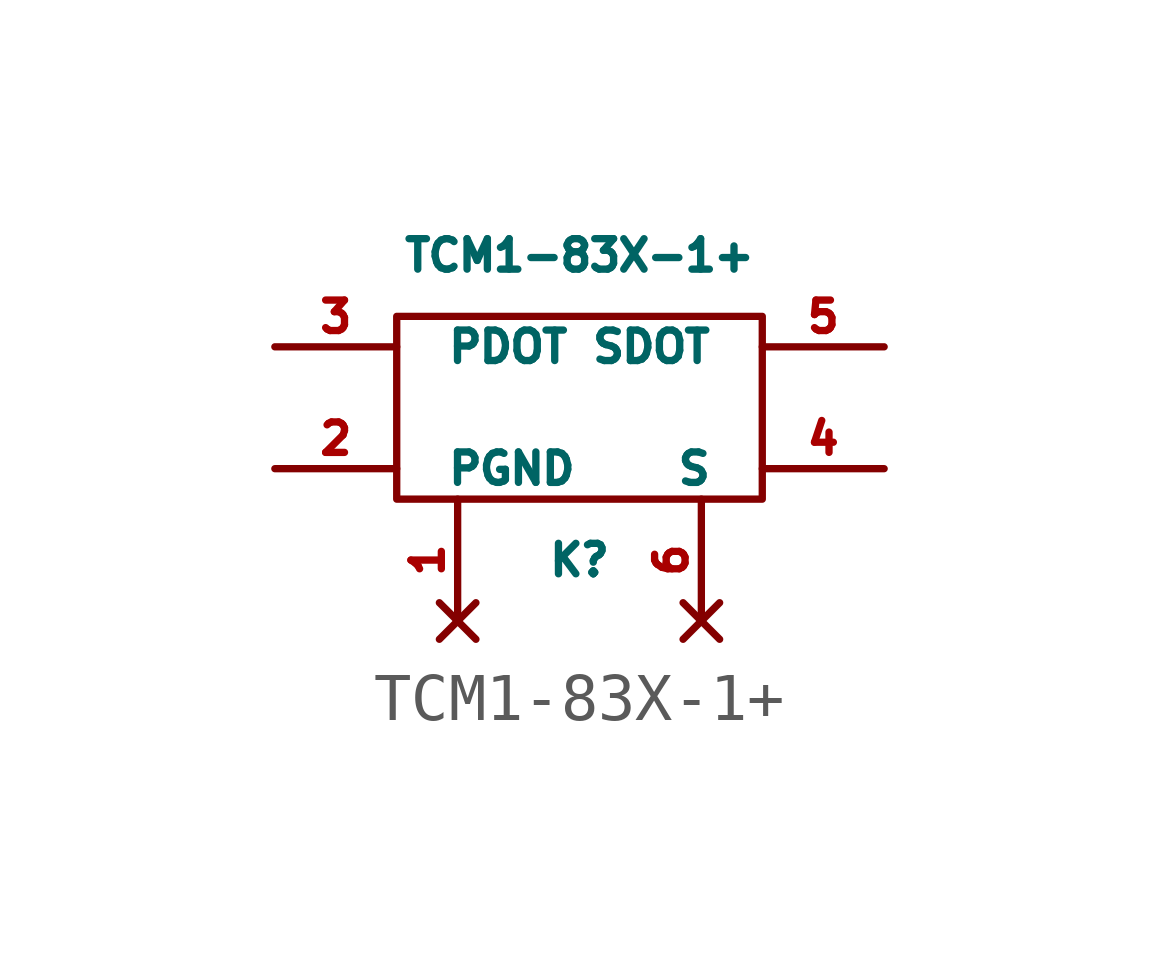
<source format=kicad_sym>
(kicad_symbol_lib
  (version 20231120)
  (generator "kicad_symbol_editor")
  (generator_version "8.0")
  (symbol "TCM1-83X-1+"
    (pin_names
      (offset 1.016))
    (property "Reference" "K"
      (at 0 -3.175 0)
      (effects (font (size 0.635 0.635))))
    (property "Value" "TCM1-83X-1+"
      (at 0 3.175 0)
      (effects (font (size 0.635 0.635))))
    (symbol "TCM1-83X-1+_0_1"
      (rectangle (start -3.81 1.905) (end 3.81 -1.905) (stroke (width 0) (type solid)) (fill (type none))))
    (symbol "TCM1-83X-1+_1_1"
      (pin no_connect line (at -2.54 -4.445 90) (length 2.54) (name "~" (effects (font (size 0.635 0.635)))) (number "1" (effects (font (size 0.635 0.635)))))
      (pin passive line (at -6.35 -1.27 0) (length 2.54) (name "PGND" (effects (font (size 0.635 0.635)))) (number "2" (effects (font (size 0.635 0.635)))))
      (pin passive line (at -6.35 1.27 0) (length 2.54) (name "PDOT" (effects (font (size 0.635 0.635)))) (number "3" (effects (font (size 0.635 0.635)))))
      (pin passive line (at 6.35 -1.27 180) (length 2.54) (name "S" (effects (font (size 0.635 0.635)))) (number "4" (effects (font (size 0.635 0.635)))))
      (pin passive line (at 6.35 1.27 180) (length 2.54) (name "SDOT" (effects (font (size 0.635 0.635)))) (number "5" (effects (font (size 0.635 0.635)))))
      (pin no_connect line (at 2.54 -4.445 90) (length 2.54) (name "~" (effects (font (size 0.635 0.635)))) (number "6" (effects (font (size 0.635 0.635))))))))
</source>
